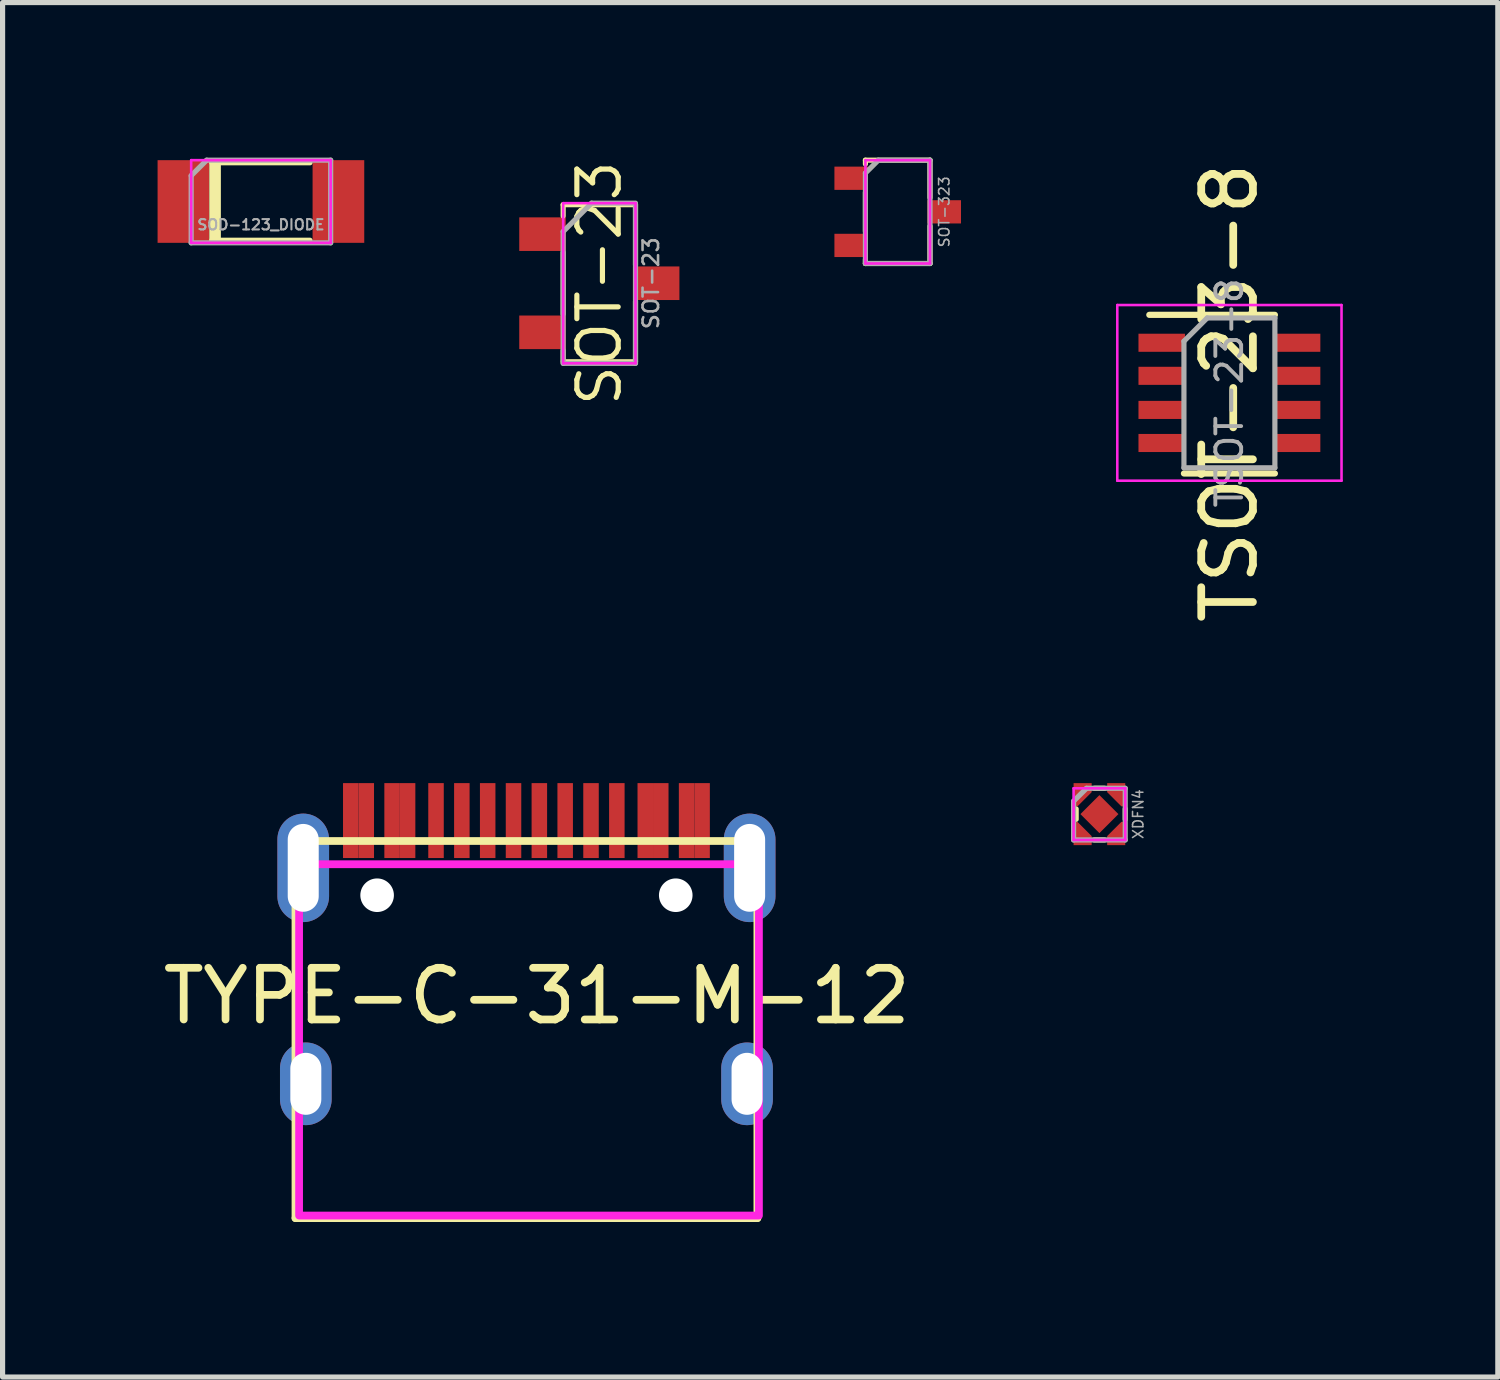
<source format=kicad_pcb>
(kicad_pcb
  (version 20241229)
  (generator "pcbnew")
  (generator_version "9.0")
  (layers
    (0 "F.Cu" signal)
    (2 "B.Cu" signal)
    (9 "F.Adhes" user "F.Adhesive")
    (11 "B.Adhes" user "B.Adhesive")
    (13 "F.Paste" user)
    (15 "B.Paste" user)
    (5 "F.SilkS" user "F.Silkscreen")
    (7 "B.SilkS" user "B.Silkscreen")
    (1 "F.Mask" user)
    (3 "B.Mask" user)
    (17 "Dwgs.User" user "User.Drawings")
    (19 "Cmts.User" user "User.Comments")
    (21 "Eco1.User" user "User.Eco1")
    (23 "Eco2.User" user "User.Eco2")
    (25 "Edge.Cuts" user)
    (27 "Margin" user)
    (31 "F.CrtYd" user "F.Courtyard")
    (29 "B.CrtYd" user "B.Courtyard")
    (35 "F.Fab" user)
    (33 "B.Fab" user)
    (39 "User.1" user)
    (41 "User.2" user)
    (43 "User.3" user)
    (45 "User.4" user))
  (footprint "SOD-123_DIODE"
    (layer "F.Cu")
    (at 2 0.85)
    (property "Reference" "SOD-123_DIODE" (at 0 0.45 180) (layer "F.Fab") (effects (font (size 0.2 0.2) (thickness 0.04))))
    (attr smd)
    (fp_line (start -0.95 -0.75) (end 0.95 -0.75) (stroke (width 0.1) (type solid)) (layer "F.SilkS"))
    (fp_line (start 0.95 0.75) (end -0.95 0.75) (stroke (width 0.1) (type solid)) (layer "F.SilkS"))
    (fp_poly (pts (xy -0.825 0.75) (xy -0.95 0.75) (xy -0.95 -0.75) (xy -0.825 -0.75)) (stroke (width 0.1) (type solid)) (fill yes) (layer "F.SilkS"))
    (fp_line (start -1.35 -0.8) (end 1.35 -0.8) (stroke (width 0.05) (type solid)) (layer "F.CrtYd"))
    (fp_line (start -1.35 0.8) (end -1.35 -0.8) (stroke (width 0.05) (type solid)) (layer "F.CrtYd"))
    (fp_line (start 1.35 -0.8) (end 1.35 0.8) (stroke (width 0.05) (type solid)) (layer "F.CrtYd"))
    (fp_line (start 1.35 0.8) (end -1.35 0.8) (stroke (width 0.05) (type solid)) (layer "F.CrtYd"))
    (fp_line (start -1.35 -0.5) (end -1.05 -0.8) (stroke (width 0.1) (type solid)) (layer "F.Fab"))
    (fp_line (start -1.35 0.8) (end -1.35 -0.5) (stroke (width 0.1) (type solid)) (layer "F.Fab"))
    (fp_line (start -1.05 -0.8) (end 1.35 -0.8) (stroke (width 0.1) (type solid)) (layer "F.Fab"))
    (fp_line (start 1.35 -0.8) (end 1.35 0.8) (stroke (width 0.1) (type solid)) (layer "F.Fab"))
    (fp_line (start 1.35 0.8) (end -1.35 0.8) (stroke (width 0.1) (type solid)) (layer "F.Fab"))
    (pad "1" smd rect (at -1.5 0 180) (size 1 1.6) (layers "F.Cu" "F.Mask" "F.Paste"))
    (pad "2" smd rect (at 1.5 0) (size 1 1.6) (layers "F.Cu" "F.Mask" "F.Paste")))
  (footprint "XDFN4"
    (layer "F.Cu")
    (at 18.229 12.707)
    (property "Reference" "XDFN4" (at 0.75 0 270) (layer "F.Fab") (effects (font (size 0.2 0.2) (thickness 0.03))))
    (attr smd)
    (fp_line (start -0.45 0.1) (end -0.45 -0.1) (stroke (width 0.1) (type solid)) (layer "F.SilkS"))
    (fp_line (start -0.1 0.5) (end 0.1 0.5) (stroke (width 0.1) (type solid)) (layer "F.SilkS"))
    (fp_line (start 0.1 -0.5) (end -0.1 -0.5) (stroke (width 0.1) (type solid)) (layer "F.SilkS"))
    (fp_line (start 0.5 -0.1) (end 0.5 0.1) (stroke (width 0.1) (type solid)) (layer "F.SilkS"))
    (fp_line (start -0.5 -0.5) (end 0.5 -0.5) (stroke (width 0.05) (type solid)) (layer "F.CrtYd"))
    (fp_line (start -0.5 0.5) (end -0.5 -0.5) (stroke (width 0.05) (type solid)) (layer "F.CrtYd"))
    (fp_line (start 0.5 -0.5) (end 0.5 0.5) (stroke (width 0.05) (type solid)) (layer "F.CrtYd"))
    (fp_line (start 0.5 0.5) (end -0.5 0.5) (stroke (width 0.05) (type solid)) (layer "F.CrtYd"))
    (fp_line (start -0.5 -0.25) (end -0.5 0.5) (stroke (width 0.1) (type solid)) (layer "F.Fab"))
    (fp_line (start -0.25 -0.5) (end -0.5 -0.25) (stroke (width 0.1) (type solid)) (layer "F.Fab"))
    (fp_line (start 0.5 -0.5) (end -0.25 -0.5) (stroke (width 0.1) (type solid)) (layer "F.Fab"))
    (fp_line (start 0.5 -0.5) (end 0.5 0.5) (stroke (width 0.1) (type solid)) (layer "F.Fab"))
    (fp_line (start 0.5 0.5) (end -0.5 0.5) (stroke (width 0.1) (type solid)) (layer "F.Fab"))
    (pad "1" smd custom (at -0.325 0.425) (size 0.1 0.1) (layers "F.Cu" "F.Mask" "F.Paste") (options (anchor circle)) (primitives (gr_poly (pts (xy 0.175 0.175) (xy 0.175 0) (xy -0.1 -0.275) (xy -0.175 -0.275) (xy -0.175 0.175)) (width 0) (fill yes))))
    (pad "2" smd custom (at 0.325 0.425) (size 0.1 0.1) (layers "F.Cu" "F.Mask" "F.Paste") (options (anchor circle)) (primitives (gr_poly (pts (xy -0.175 0.175) (xy -0.175 0) (xy 0.1 -0.275) (xy 0.175 -0.275) (xy 0.175 0.175)) (width 0) (fill yes))))
    (pad "3" smd custom (at 0.325 -0.425 180) (size 0.1 0.1) (layers "F.Cu" "F.Mask" "F.Paste") (options (anchor circle)) (primitives (gr_poly (pts (xy 0.175 0.175) (xy 0.175 0) (xy -0.1 -0.275) (xy -0.175 -0.275) (xy -0.175 0.175)) (width 0) (fill yes))))
    (pad "4" smd custom (at -0.325 -0.425 180) (size 0.1 0.1) (layers "F.Cu" "F.Mask" "F.Paste") (options (anchor circle)) (primitives (gr_poly (pts (xy -0.175 0.175) (xy -0.175 0) (xy 0.1 -0.275) (xy 0.175 -0.275) (xy 0.175 0.175)) (width 0) (fill yes))))
    (pad "5" smd rect (at 0 0 45) (size 0.52 0.52) (layers "F.Cu" "F.Mask" "F.Paste")))
  (footprint "TSOT-23-8"
    (layer "F.Cu")
    (at 20.745 4.554)
    (property "Reference" "TSOT-23-8" (at 0 0 270) (layer "F.SilkS") (effects (font (size 1 1) (thickness 0.15))))
    (attr smd)
    (fp_line (start -0.88 1.56) (end 0.88 1.56) (stroke (width 0.12) (type solid)) (layer "F.SilkS"))
    (fp_line (start 0.88 -1.51) (end -1.55 -1.51) (stroke (width 0.12) (type solid)) (layer "F.SilkS"))
    (fp_line (start -2.17 -1.7) (end -2.17 1.7) (stroke (width 0.05) (type solid)) (layer "F.CrtYd"))
    (fp_line (start -2.17 -1.7) (end 2.17 -1.7) (stroke (width 0.05) (type solid)) (layer "F.CrtYd"))
    (fp_line (start 2.17 1.7) (end -2.17 1.7) (stroke (width 0.05) (type solid)) (layer "F.CrtYd"))
    (fp_line (start 2.17 1.7) (end 2.17 -1.7) (stroke (width 0.05) (type solid)) (layer "F.CrtYd"))
    (fp_line (start -0.88 -1) (end -0.88 1.45) (stroke (width 0.1) (type solid)) (layer "F.Fab"))
    (fp_line (start -0.88 -1) (end -0.43 -1.45) (stroke (width 0.1) (type solid)) (layer "F.Fab"))
    (fp_line (start 0.88 -1.45) (end -0.43 -1.45) (stroke (width 0.1) (type solid)) (layer "F.Fab"))
    (fp_line (start 0.88 -1.45) (end 0.88 1.45) (stroke (width 0.1) (type solid)) (layer "F.Fab"))
    (fp_line (start 0.88 1.45) (end -0.88 1.45) (stroke (width 0.1) (type solid)) (layer "F.Fab"))
    (fp_text user "${REFERENCE}" (at 0 0 90) (layer "F.Fab") (effects (font (size 0.5 0.5) (thickness 0.075))))
    (pad "1" smd rect (at -1.31 -0.97) (size 0.9 0.35) (layers "F.Cu" "F.Mask" "F.Paste"))
    (pad "2" smd rect (at -1.31 -0.33) (size 0.9 0.35) (layers "F.Cu" "F.Mask" "F.Paste"))
    (pad "3" smd rect (at -1.31 0.33) (size 0.9 0.35) (layers "F.Cu" "F.Mask" "F.Paste"))
    (pad "4" smd rect (at -1.31 0.97) (size 0.9 0.35) (layers "F.Cu" "F.Mask" "F.Paste"))
    (pad "5" smd rect (at 1.31 0.97) (size 0.9 0.35) (layers "F.Cu" "F.Mask" "F.Paste"))
    (pad "6" smd rect (at 1.31 0.33) (size 0.9 0.35) (layers "F.Cu" "F.Mask" "F.Paste"))
    (pad "7" smd rect (at 1.31 -0.33) (size 0.9 0.35) (layers "F.Cu" "F.Mask" "F.Paste"))
    (pad "8" smd rect (at 1.31 -0.97) (size 0.9 0.35) (layers "F.Cu" "F.Mask" "F.Paste")))
  (footprint "SOT-323"
    (layer "F.Cu")
    (at 14.325 1.05)
    (property "Reference" "SOT-323" (at 0.9 0 270) (layer "F.Fab") (effects (font (size 0.2 0.2) (thickness 0.03))))
    (attr smd)
    (fp_line (start -0.625 -1) (end -0.625 -0.925) (stroke (width 0.1) (type solid)) (layer "F.SilkS"))
    (fp_line (start -0.625 0.375) (end -0.625 -0.375) (stroke (width 0.1) (type solid)) (layer "F.SilkS"))
    (fp_line (start -0.625 1) (end -0.625 0.925) (stroke (width 0.1) (type solid)) (layer "F.SilkS"))
    (fp_line (start -0.625 1) (end 0.625 1) (stroke (width 0.1) (type solid)) (layer "F.SilkS"))
    (fp_line (start 0.625 -1) (end -0.625 -1) (stroke (width 0.1) (type solid)) (layer "F.SilkS"))
    (fp_line (start 0.625 -1) (end 0.625 -0.275) (stroke (width 0.1) (type solid)) (layer "F.SilkS"))
    (fp_line (start 0.625 0.275) (end 0.625 1) (stroke (width 0.1) (type solid)) (layer "F.SilkS"))
    (fp_line (start -0.625 -1) (end 0.625 -1) (stroke (width 0.05) (type solid)) (layer "F.CrtYd"))
    (fp_line (start -0.625 1) (end -0.625 -1) (stroke (width 0.05) (type solid)) (layer "F.CrtYd"))
    (fp_line (start 0.625 -1) (end 0.625 1) (stroke (width 0.05) (type solid)) (layer "F.CrtYd"))
    (fp_line (start 0.625 1) (end -0.625 1) (stroke (width 0.05) (type solid)) (layer "F.CrtYd"))
    (fp_line (start -0.625 -0.75) (end -0.625 1) (stroke (width 0.1) (type solid)) (layer "F.Fab"))
    (fp_line (start -0.375 -1) (end -0.625 -0.75) (stroke (width 0.1) (type solid)) (layer "F.Fab"))
    (fp_line (start 0.625 -1) (end -0.375 -1) (stroke (width 0.1) (type solid)) (layer "F.Fab"))
    (fp_line (start 0.625 -1) (end 0.625 1) (stroke (width 0.1) (type solid)) (layer "F.Fab"))
    (fp_line (start 0.625 1) (end -0.625 1) (stroke (width 0.1) (type solid)) (layer "F.Fab"))
    (pad "1" smd rect (at -0.9 -0.65) (size 0.65 0.45) (layers "F.Cu" "F.Mask" "F.Paste"))
    (pad "2" smd rect (at -0.9 0.65) (size 0.65 0.45) (layers "F.Cu" "F.Mask" "F.Paste"))
    (pad "3" smd rect (at 0.9 0) (size 0.65 0.45) (layers "F.Cu" "F.Mask" "F.Paste")))
  (footprint "SOT-23"
    (layer "F.Cu")
    (at 8.55 2.432)
    (property "Reference" "SOT-23" (at 1 0 90) (layer "F.Fab") (effects (font (size 0.3 0.3) (thickness 0.05))))
    (attr smd)
    (fp_line (start -0.7 -1.52) (end 0.7 -1.52) (stroke (width 0.1) (type solid)) (layer "F.SilkS"))
    (fp_line (start -0.7 -1.3) (end -0.7 -1.52) (stroke (width 0.1) (type solid)) (layer "F.SilkS"))
    (fp_line (start -0.7 -0.6) (end -0.7 0.6) (stroke (width 0.1) (type solid)) (layer "F.SilkS"))
    (fp_line (start -0.7 1.3) (end -0.7 1.5) (stroke (width 0.1) (type solid)) (layer "F.SilkS"))
    (fp_line (start -0.7 1.52) (end 0.7 1.52) (stroke (width 0.1) (type solid)) (layer "F.SilkS"))
    (fp_line (start 0.7 -1.52) (end 0.7 -0.35) (stroke (width 0.1) (type solid)) (layer "F.SilkS"))
    (fp_line (start 0.7 0.35) (end 0.7 1.52) (stroke (width 0.1) (type solid)) (layer "F.SilkS"))
    (fp_line (start -0.7 -1.55) (end 0.7 -1.55) (stroke (width 0.05) (type solid)) (layer "F.CrtYd"))
    (fp_line (start -0.7 1.55) (end -0.7 -1.55) (stroke (width 0.05) (type solid)) (layer "F.CrtYd"))
    (fp_line (start 0.7 -1.55) (end 0.7 1.55) (stroke (width 0.05) (type solid)) (layer "F.CrtYd"))
    (fp_line (start 0.7 1.55) (end -0.7 1.55) (stroke (width 0.05) (type solid)) (layer "F.CrtYd"))
    (fp_line (start -0.7 -1) (end -0.7 1.55) (stroke (width 0.1) (type solid)) (layer "F.Fab"))
    (fp_line (start -0.7 -1) (end -0.15 -1.55) (stroke (width 0.1) (type solid)) (layer "F.Fab"))
    (fp_line (start -0.7 1.55) (end 0.7 1.55) (stroke (width 0.1) (type solid)) (layer "F.Fab"))
    (fp_line (start -0.15 -1.55) (end 0.7 -1.55) (stroke (width 0.1) (type solid)) (layer "F.Fab"))
    (fp_line (start 0.7 -1.52) (end 0.7 1.55) (stroke (width 0.1) (type solid)) (layer "F.Fab"))
    (fp_text user "${REFERENCE}" (at 0 0 90) (layer "F.SilkS") (effects (font (size 0.8 0.8) (thickness 0.1))))
    (pad "1" smd rect (at -1.1 -0.95) (size 0.9 0.65) (layers "F.Cu" "F.Mask" "F.Paste"))
    (pad "2" smd rect (at -1.1 0.95) (size 0.9 0.65) (layers "F.Cu" "F.Mask" "F.Paste"))
    (pad "3" smd rect (at 1.1 0) (size 0.9 0.65) (layers "F.Cu" "F.Mask" "F.Paste")))
  (footprint "TYPE-C-31-M-12"
    (layer "F.Cu")
    (at 7.139 17.927)
    (property "Reference" "TYPE-C-31-M-12" (at 0.2 -1.7 0) (layer "F.SilkS") (effects (font (size 1 1) (thickness 0.15))))
    (attr through_hole)
    (fp_line (start -4.47 -4.7) (end 4.47 -4.7) (stroke (width 0.15) (type solid)) (layer "F.SilkS"))
    (fp_line (start -4.47 2.6) (end -4.47 -4.7) (stroke (width 0.15) (type solid)) (layer "F.SilkS"))
    (fp_line (start -4.47 2.6) (end 4.47 2.6) (stroke (width 0.15) (type solid)) (layer "F.SilkS"))
    (fp_line (start 4.47 -4.7) (end 4.47 2.6) (stroke (width 0.15) (type solid)) (layer "F.SilkS"))
    (fp_poly (pts (xy 4.5 -4.25) (xy 4.5 2.55) (xy -4.4 2.55) (xy -4.4 -4.25)) (stroke (width 0.15) (type solid)) (fill no) (layer "F.CrtYd"))
    (pad "" np_thru_hole circle (at -2.89 -3.65) (size 0.65 0.65) (drill 0.65) (layers "*.Cu" "*.Mask"))
    (pad "" np_thru_hole circle (at 2.89 -3.65) (size 0.65 0.65) (drill 0.65) (layers "*.Cu" "*.Mask"))
    (pad "A1" smd rect (at -3.4 -5.095) (size 0.3 1.45) (layers "F.Cu" "F.Mask" "F.Paste"))
    (pad "A4" smd rect (at -2.6 -5.095) (size 0.3 1.45) (layers "F.Cu" "F.Mask" "F.Paste"))
    (pad "A5" smd rect (at -1.25 -5.095) (size 0.3 1.45) (layers "F.Cu" "F.Mask" "F.Paste"))
    (pad "A6" smd rect (at -0.25 -5.095) (size 0.3 1.45) (layers "F.Cu" "F.Mask" "F.Paste"))
    (pad "A7" smd rect (at 0.25 -5.095) (size 0.3 1.45) (layers "F.Cu" "F.Mask" "F.Paste"))
    (pad "A8" smd rect (at 1.25 -5.095) (size 0.3 1.45) (layers "F.Cu" "F.Mask" "F.Paste"))
    (pad "A9" smd rect (at 2.6 -5.095) (size 0.3 1.45) (layers "F.Cu" "F.Mask" "F.Paste"))
    (pad "A12" smd rect (at 3.4 -5.095) (size 0.3 1.45) (layers "F.Cu" "F.Mask" "F.Paste"))
    (pad "B1" smd rect (at 3.1 -5.095) (size 0.3 1.45) (layers "F.Cu" "F.Mask" "F.Paste"))
    (pad "B4" smd rect (at 2.3 -5.095) (size 0.3 1.45) (layers "F.Cu" "F.Mask" "F.Paste"))
    (pad "B5" smd rect (at 1.75 -5.095) (size 0.3 1.45) (layers "F.Cu" "F.Mask" "F.Paste"))
    (pad "B6" smd rect (at 0.75 -5.095) (size 0.3 1.45) (layers "F.Cu" "F.Mask" "F.Paste"))
    (pad "B7" smd rect (at -0.75 -5.095) (size 0.3 1.45) (layers "F.Cu" "F.Mask" "F.Paste"))
    (pad "B8" smd rect (at -1.75 -5.095) (size 0.3 1.45) (layers "F.Cu" "F.Mask" "F.Paste"))
    (pad "B9" smd rect (at -2.3 -5.095) (size 0.3 1.45) (layers "F.Cu" "F.Mask" "F.Paste"))
    (pad "B12" smd rect (at -3.1 -5.095) (size 0.3 1.45) (layers "F.Cu" "F.Mask" "F.Paste"))
    (pad "S1" thru_hole oval (at -4.32 -4.18) (size 1 2.1) (drill oval 0.6 1.7) (layers "*.Cu" "*.Mask"))
    (pad "S1" thru_hole oval (at -4.27 0) (size 1 1.6) (drill oval 0.6 1.2) (layers "*.Cu" "*.Mask"))
    (pad "S1" thru_hole oval (at 4.27 0) (size 1 1.6) (drill oval 0.6 1.2) (layers "*.Cu" "*.Mask"))
    (pad "S1" thru_hole oval (at 4.32 -4.18) (size 1 2.1) (drill oval 0.6 1.7) (layers "*.Cu" "*.Mask")))
  (gr_rect
    (start -3 -3)
    (end 25.94 23.602)
    (stroke (width 0.1) (type default))
    (fill no)
    (layer "Edge.Cuts")))
</source>
